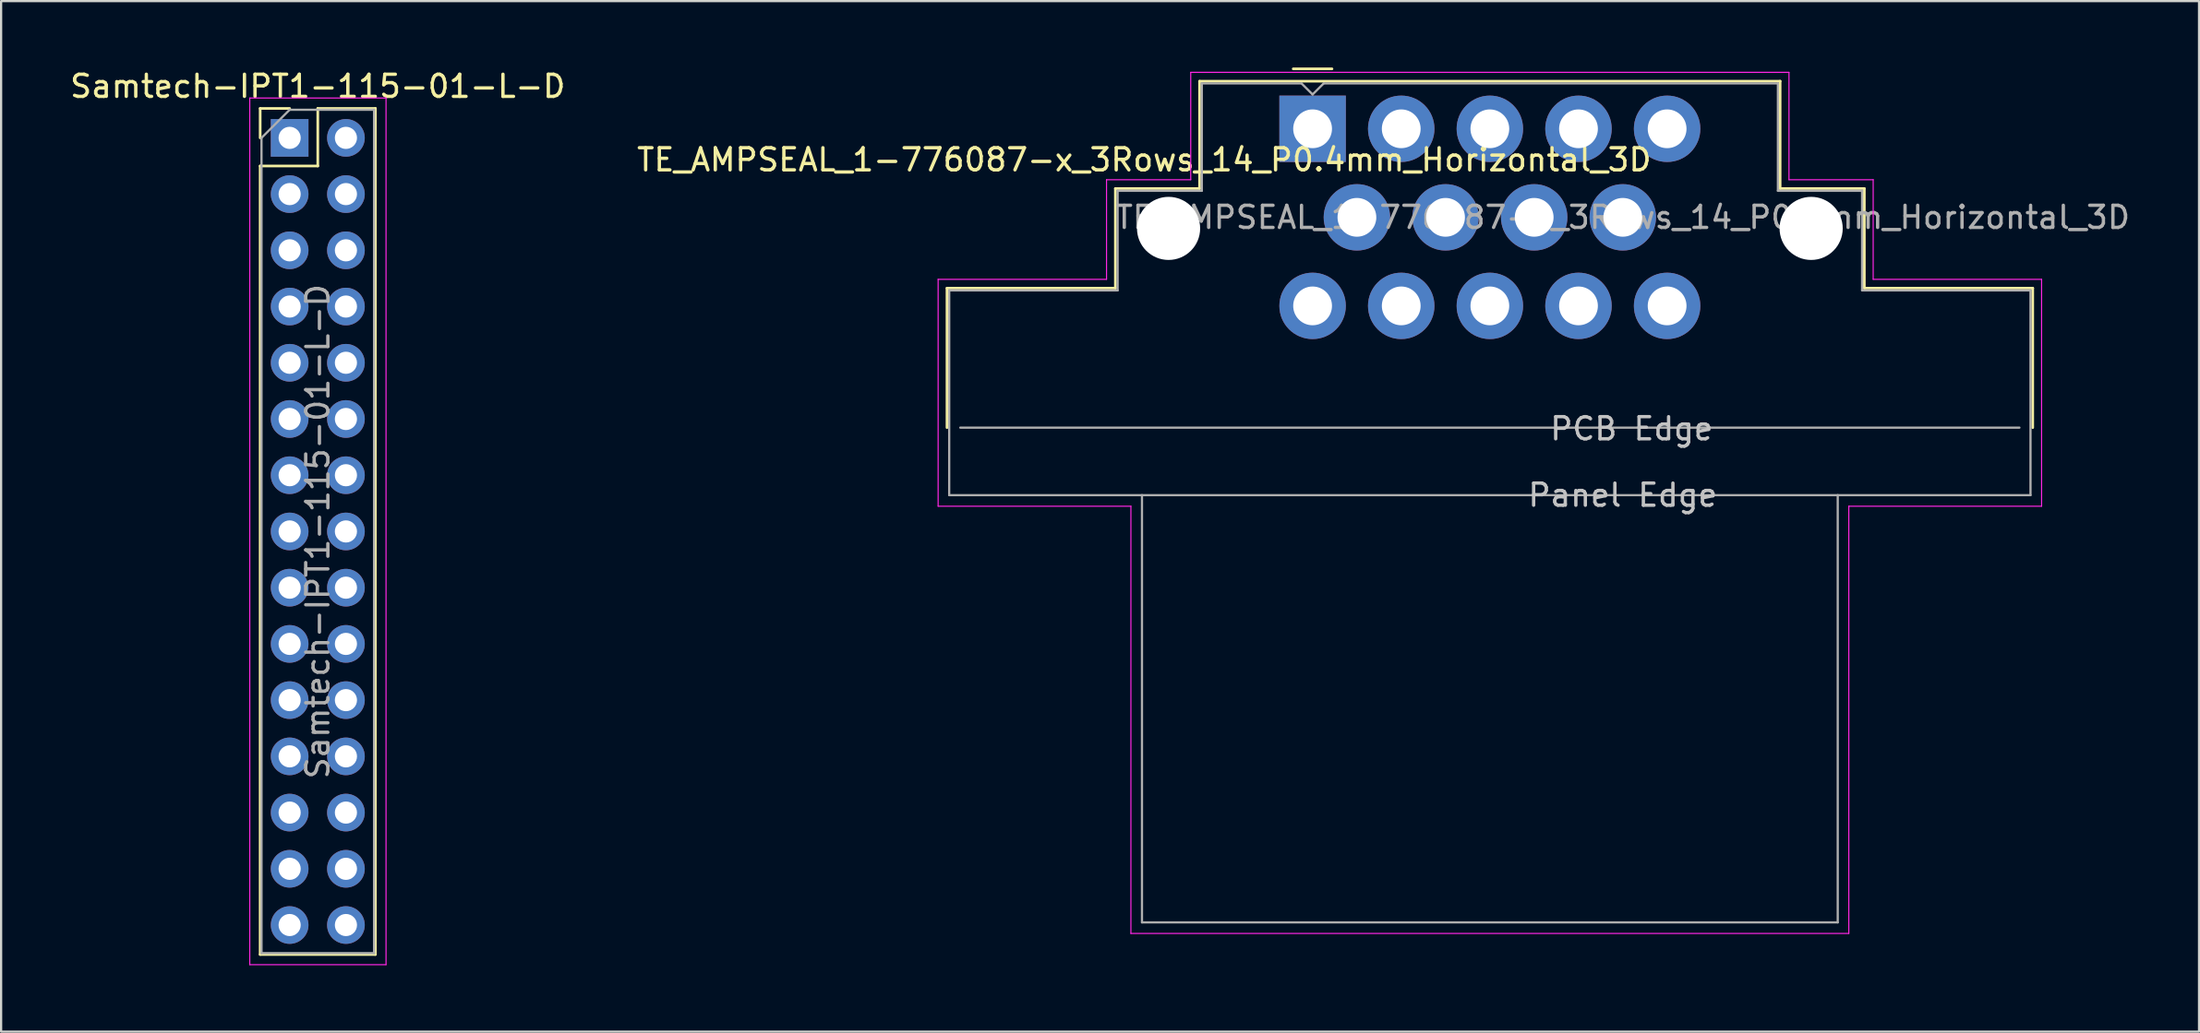
<source format=kicad_pcb>
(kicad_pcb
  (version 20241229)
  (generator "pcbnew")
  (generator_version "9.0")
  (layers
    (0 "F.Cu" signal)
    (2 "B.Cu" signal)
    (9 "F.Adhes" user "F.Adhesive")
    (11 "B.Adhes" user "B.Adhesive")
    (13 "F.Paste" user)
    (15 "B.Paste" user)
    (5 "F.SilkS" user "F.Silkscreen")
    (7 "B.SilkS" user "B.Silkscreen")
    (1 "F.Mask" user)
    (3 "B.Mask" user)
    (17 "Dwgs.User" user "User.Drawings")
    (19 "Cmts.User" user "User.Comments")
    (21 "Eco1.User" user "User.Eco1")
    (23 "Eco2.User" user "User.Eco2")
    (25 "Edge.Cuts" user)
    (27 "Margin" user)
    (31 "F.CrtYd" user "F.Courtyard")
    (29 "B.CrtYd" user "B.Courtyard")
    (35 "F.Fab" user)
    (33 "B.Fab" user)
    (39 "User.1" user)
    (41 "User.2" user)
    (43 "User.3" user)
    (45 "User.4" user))
  (footprint "Samtech-IPT1-115-01-L-D"
    (layer "F.Cu")
    (at 10.022 3.178)
    (property "Reference" "Samtech-IPT1-115-01-L-D" (at 1.27 -2.33 0) (layer "F.SilkS") (effects (font (size 1 1) (thickness 0.15))))
    (attr through_hole)
    (fp_line (start -1.33 -1.33) (end 0 -1.33) (stroke (width 0.12) (type solid)) (layer "F.SilkS"))
    (fp_line (start -1.33 0) (end -1.33 -1.33) (stroke (width 0.12) (type solid)) (layer "F.SilkS"))
    (fp_line (start -1.33 1.27) (end -1.33 36.89) (stroke (width 0.12) (type solid)) (layer "F.SilkS"))
    (fp_line (start -1.33 1.27) (end 1.27 1.27) (stroke (width 0.12) (type solid)) (layer "F.SilkS"))
    (fp_line (start -1.33 36.89) (end 3.87 36.89) (stroke (width 0.12) (type solid)) (layer "F.SilkS"))
    (fp_line (start 1.27 -1.33) (end 3.87 -1.33) (stroke (width 0.12) (type solid)) (layer "F.SilkS"))
    (fp_line (start 1.27 1.27) (end 1.27 -1.33) (stroke (width 0.12) (type solid)) (layer "F.SilkS"))
    (fp_line (start 3.87 -1.33) (end 3.87 36.89) (stroke (width 0.12) (type solid)) (layer "F.SilkS"))
    (fp_line (start -1.8 -1.8) (end -1.8 37.35) (stroke (width 0.05) (type solid)) (layer "F.CrtYd"))
    (fp_line (start -1.8 37.35) (end 4.35 37.35) (stroke (width 0.05) (type solid)) (layer "F.CrtYd"))
    (fp_line (start 4.35 -1.8) (end -1.8 -1.8) (stroke (width 0.05) (type solid)) (layer "F.CrtYd"))
    (fp_line (start 4.35 37.35) (end 4.35 -1.8) (stroke (width 0.05) (type solid)) (layer "F.CrtYd"))
    (fp_line (start -1.27 0) (end 0 -1.27) (stroke (width 0.1) (type solid)) (layer "F.Fab"))
    (fp_line (start -1.27 36.83) (end -1.27 0) (stroke (width 0.1) (type solid)) (layer "F.Fab"))
    (fp_line (start 0 -1.27) (end 3.81 -1.27) (stroke (width 0.1) (type solid)) (layer "F.Fab"))
    (fp_line (start 3.81 -1.27) (end 3.81 36.83) (stroke (width 0.1) (type solid)) (layer "F.Fab"))
    (fp_line (start 3.81 36.83) (end -1.27 36.83) (stroke (width 0.1) (type solid)) (layer "F.Fab"))
    (fp_text user "${REFERENCE}" (at 1.27 17.78 90) (layer "F.Fab") (effects (font (size 1 1) (thickness 0.15))))
    (pad "1" thru_hole rect (at 0 0) (size 1.7 1.7) (drill 1) (layers "*.Cu" "*.Mask"))
    (pad "2" thru_hole oval (at 2.54 0) (size 1.7 1.7) (drill 1) (layers "*.Cu" "*.Mask"))
    (pad "3" thru_hole oval (at 0 2.54) (size 1.7 1.7) (drill 1) (layers "*.Cu" "*.Mask"))
    (pad "4" thru_hole oval (at 2.54 2.54) (size 1.7 1.7) (drill 1) (layers "*.Cu" "*.Mask"))
    (pad "5" thru_hole oval (at 0 5.08) (size 1.7 1.7) (drill 1) (layers "*.Cu" "*.Mask"))
    (pad "6" thru_hole oval (at 2.54 5.08) (size 1.7 1.7) (drill 1) (layers "*.Cu" "*.Mask"))
    (pad "7" thru_hole oval (at 0 7.62) (size 1.7 1.7) (drill 1) (layers "*.Cu" "*.Mask"))
    (pad "8" thru_hole oval (at 2.54 7.62) (size 1.7 1.7) (drill 1) (layers "*.Cu" "*.Mask"))
    (pad "9" thru_hole oval (at 0 10.16) (size 1.7 1.7) (drill 1) (layers "*.Cu" "*.Mask"))
    (pad "10" thru_hole oval (at 2.54 10.16) (size 1.7 1.7) (drill 1) (layers "*.Cu" "*.Mask"))
    (pad "11" thru_hole oval (at 0 12.7) (size 1.7 1.7) (drill 1) (layers "*.Cu" "*.Mask"))
    (pad "12" thru_hole oval (at 2.54 12.7) (size 1.7 1.7) (drill 1) (layers "*.Cu" "*.Mask"))
    (pad "13" thru_hole oval (at 0 15.24) (size 1.7 1.7) (drill 1) (layers "*.Cu" "*.Mask"))
    (pad "14" thru_hole oval (at 2.54 15.24) (size 1.7 1.7) (drill 1) (layers "*.Cu" "*.Mask"))
    (pad "15" thru_hole oval (at 0 17.78) (size 1.7 1.7) (drill 1) (layers "*.Cu" "*.Mask"))
    (pad "16" thru_hole oval (at 2.54 17.78) (size 1.7 1.7) (drill 1) (layers "*.Cu" "*.Mask"))
    (pad "17" thru_hole oval (at 0 20.32) (size 1.7 1.7) (drill 1) (layers "*.Cu" "*.Mask"))
    (pad "18" thru_hole oval (at 2.54 20.32) (size 1.7 1.7) (drill 1) (layers "*.Cu" "*.Mask"))
    (pad "19" thru_hole oval (at 0 22.86) (size 1.7 1.7) (drill 1) (layers "*.Cu" "*.Mask"))
    (pad "20" thru_hole oval (at 2.54 22.86) (size 1.7 1.7) (drill 1) (layers "*.Cu" "*.Mask"))
    (pad "21" thru_hole oval (at 0 25.4) (size 1.7 1.7) (drill 1) (layers "*.Cu" "*.Mask"))
    (pad "22" thru_hole oval (at 2.54 25.4) (size 1.7 1.7) (drill 1) (layers "*.Cu" "*.Mask"))
    (pad "23" thru_hole oval (at 0 27.94) (size 1.7 1.7) (drill 1) (layers "*.Cu" "*.Mask"))
    (pad "24" thru_hole oval (at 2.54 27.94) (size 1.7 1.7) (drill 1) (layers "*.Cu" "*.Mask"))
    (pad "25" thru_hole oval (at 0 30.48) (size 1.7 1.7) (drill 1) (layers "*.Cu" "*.Mask"))
    (pad "26" thru_hole oval (at 2.54 30.48) (size 1.7 1.7) (drill 1) (layers "*.Cu" "*.Mask"))
    (pad "27" thru_hole oval (at 0 33.02) (size 1.7 1.7) (drill 1) (layers "*.Cu" "*.Mask"))
    (pad "28" thru_hole oval (at 2.54 33.02) (size 1.7 1.7) (drill 1) (layers "*.Cu" "*.Mask"))
    (pad "29" thru_hole oval (at 0 35.56) (size 1.7 1.7) (drill 1) (layers "*.Cu" "*.Mask"))
    (pad "30" thru_hole oval (at 2.54 35.56) (size 1.7 1.7) (drill 1) (layers "*.Cu" "*.Mask")))
  (footprint "TE_AMPSEAL_1-776087-x_3Rows_14_P0.4mm_Horizontal_3D"
    (layer "F.Cu")
    (at 70.189 6.768)
    (property "Reference" "TE_AMPSEAL_1-776087-x_3Rows_14_P0.4mm_Horizontal_3D" (at -21.6 -2.6 0) (layer "F.SilkS") (effects (font (size 1 1) (thickness 0.15))))
    (attr through_hole)
    (fp_line (start -30.5 3.2) (end -22.9 3.2) (stroke (width 0.12) (type solid)) (layer "F.SilkS"))
    (fp_line (start -30.5 9.5) (end -30.5 3.2) (stroke (width 0.12) (type solid)) (layer "F.SilkS"))
    (fp_line (start -22.9 -1.3) (end -19.1 -1.3) (stroke (width 0.12) (type solid)) (layer "F.SilkS"))
    (fp_line (start -22.9 3.2) (end -22.9 -1.3) (stroke (width 0.12) (type solid)) (layer "F.SilkS"))
    (fp_line (start -19.1 -6.15) (end 7.1 -6.15) (stroke (width 0.12) (type solid)) (layer "F.SilkS"))
    (fp_line (start -19.1 -1.3) (end -19.1 -6.15) (stroke (width 0.12) (type solid)) (layer "F.SilkS"))
    (fp_line (start -14.875 -6.708) (end -13.125 -6.708) (stroke (width 0.12) (type solid)) (layer "F.SilkS"))
    (fp_line (start 7.1 -6.15) (end 7.1 -1.3) (stroke (width 0.12) (type solid)) (layer "F.SilkS"))
    (fp_line (start 7.1 -1.3) (end 10.9 -1.3) (stroke (width 0.12) (type solid)) (layer "F.SilkS"))
    (fp_line (start 10.9 -1.3) (end 10.9 3.2) (stroke (width 0.12) (type solid)) (layer "F.SilkS"))
    (fp_line (start 10.9 3.2) (end 18.5 3.2) (stroke (width 0.12) (type solid)) (layer "F.SilkS"))
    (fp_line (start 18.5 3.2) (end 18.5 9.5) (stroke (width 0.12) (type solid)) (layer "F.SilkS"))
    (fp_line (start -30.9 2.8) (end -23.3 2.8) (stroke (width 0.05) (type solid)) (layer "F.CrtYd"))
    (fp_line (start -30.9 13.05) (end -30.9 2.8) (stroke (width 0.05) (type solid)) (layer "F.CrtYd"))
    (fp_line (start -30.9 13.05) (end -22.2 13.05) (stroke (width 0.05) (type solid)) (layer "F.CrtYd"))
    (fp_line (start -23.3 -1.7) (end -19.5 -1.7) (stroke (width 0.05) (type solid)) (layer "F.CrtYd"))
    (fp_line (start -23.3 2.8) (end -23.3 -1.7) (stroke (width 0.05) (type solid)) (layer "F.CrtYd"))
    (fp_line (start -22.2 13.05) (end -22.2 32.35) (stroke (width 0.05) (type solid)) (layer "F.CrtYd"))
    (fp_line (start -22.2 32.35) (end 10.2 32.35) (stroke (width 0.05) (type solid)) (layer "F.CrtYd"))
    (fp_line (start -19.5 -6.55) (end 7.5 -6.55) (stroke (width 0.05) (type solid)) (layer "F.CrtYd"))
    (fp_line (start -19.5 -1.7) (end -19.5 -6.55) (stroke (width 0.05) (type solid)) (layer "F.CrtYd"))
    (fp_line (start 7.5 -6.55) (end 7.5 -1.7) (stroke (width 0.05) (type solid)) (layer "F.CrtYd"))
    (fp_line (start 7.5 -1.7) (end 11.3 -1.7) (stroke (width 0.05) (type solid)) (layer "F.CrtYd"))
    (fp_line (start 10.2 13.05) (end 18.9 13.05) (stroke (width 0.05) (type solid)) (layer "F.CrtYd"))
    (fp_line (start 10.2 32.35) (end 10.2 13.05) (stroke (width 0.05) (type solid)) (layer "F.CrtYd"))
    (fp_line (start 11.3 -1.7) (end 11.3 2.8) (stroke (width 0.05) (type solid)) (layer "F.CrtYd"))
    (fp_line (start 11.3 2.8) (end 18.9 2.8) (stroke (width 0.05) (type solid)) (layer "F.CrtYd"))
    (fp_line (start 18.9 2.8) (end 18.9 13.05) (stroke (width 0.05) (type solid)) (layer "F.CrtYd"))
    (fp_line (start -30.4 12.55) (end -30.4 3.3) (stroke (width 0.1) (type solid)) (layer "F.Fab"))
    (fp_line (start -30.4 12.55) (end 18.4 12.55) (stroke (width 0.1) (type solid)) (layer "F.Fab"))
    (fp_line (start -29.9 9.5) (end 17.9 9.5) (stroke (width 0.1) (type solid)) (layer "F.Fab"))
    (fp_line (start -22.8 -1.2) (end -22.8 3.3) (stroke (width 0.1) (type solid)) (layer "F.Fab"))
    (fp_line (start -22.8 -1.2) (end -19 -1.2) (stroke (width 0.1) (type solid)) (layer "F.Fab"))
    (fp_line (start -22.8 3.3) (end -30.4 3.3) (stroke (width 0.1) (type solid)) (layer "F.Fab"))
    (fp_line (start -21.7 12.55) (end -21.7 31.85) (stroke (width 0.1) (type solid)) (layer "F.Fab"))
    (fp_line (start -21.7 31.85) (end 9.7 31.85) (stroke (width 0.1) (type solid)) (layer "F.Fab"))
    (fp_line (start -19 -6.05) (end -19 -1.2) (stroke (width 0.1) (type solid)) (layer "F.Fab"))
    (fp_line (start -14.5 -6.05) (end -19 -6.05) (stroke (width 0.1) (type solid)) (layer "F.Fab"))
    (fp_line (start -14 -5.55) (end -14.5 -6.05) (stroke (width 0.1) (type solid)) (layer "F.Fab"))
    (fp_line (start -14 -5.55) (end -13.5 -6.05) (stroke (width 0.1) (type solid)) (layer "F.Fab"))
    (fp_line (start -13.5 -6.05) (end 7 -6.05) (stroke (width 0.1) (type solid)) (layer "F.Fab"))
    (fp_line (start 7 -6.05) (end 7 -1.2) (stroke (width 0.1) (type solid)) (layer "F.Fab"))
    (fp_line (start 7 -1.2) (end 10.8 -1.2) (stroke (width 0.1) (type solid)) (layer "F.Fab"))
    (fp_line (start 9.7 31.85) (end 9.7 12.55) (stroke (width 0.1) (type solid)) (layer "F.Fab"))
    (fp_line (start 10.8 -1.2) (end 10.8 3.3) (stroke (width 0.1) (type solid)) (layer "F.Fab"))
    (fp_line (start 10.8 3.3) (end 18.4 3.3) (stroke (width 0.1) (type solid)) (layer "F.Fab"))
    (fp_line (start 18.4 3.3) (end 18.4 12.55) (stroke (width 0.1) (type solid)) (layer "F.Fab"))
    (fp_text user "Panel Edge" (at 0 12.55 0) (layer "Dwgs.User") (effects (font (size 1 1) (thickness 0.15))))
    (fp_text user "PCB Edge" (at 0.4 9.55 0) (layer "Dwgs.User") (effects (font (size 1 1) (thickness 0.15))))
    (fp_text user "${REFERENCE}" (at 0 0 0) (layer "F.Fab") (effects (font (size 1 1) (thickness 0.15))))
    (pad "" np_thru_hole circle (at -20.5 0.5) (size 2.85 2.85) (drill 2.85) (layers "*.Cu"))
    (pad "" np_thru_hole circle (at 8.5 0.5) (size 2.85 2.85) (drill 2.85) (layers "*.Cu"))
    (pad "1" thru_hole rect (at -14 -4) (size 3 3) (drill 1.75) (layers "*.Cu" "*.Mask"))
    (pad "2" thru_hole circle (at -10 -4) (size 3 3) (drill 1.75) (layers "*.Cu" "*.Mask"))
    (pad "3" thru_hole circle (at -6 -4) (size 3 3) (drill 1.75) (layers "*.Cu" "*.Mask"))
    (pad "4" thru_hole circle (at -2 -4) (size 3 3) (drill 1.75) (layers "*.Cu" "*.Mask"))
    (pad "5" thru_hole circle (at 2 -4) (size 3 3) (drill 1.75) (layers "*.Cu" "*.Mask"))
    (pad "6" thru_hole circle (at -12 0) (size 3 3) (drill 1.75) (layers "*.Cu" "*.Mask"))
    (pad "7" thru_hole circle (at -8 0) (size 3 3) (drill 1.75) (layers "*.Cu" "*.Mask"))
    (pad "8" thru_hole circle (at -4 0) (size 3 3) (drill 1.75) (layers "*.Cu" "*.Mask"))
    (pad "9" thru_hole circle (at 0 0) (size 3 3) (drill 1.75) (layers "*.Cu" "*.Mask"))
    (pad "10" thru_hole circle (at -14 4) (size 3 3) (drill 1.75) (layers "*.Cu" "*.Mask"))
    (pad "11" thru_hole circle (at -10 4) (size 3 3) (drill 1.75) (layers "*.Cu" "*.Mask"))
    (pad "12" thru_hole circle (at -6 4) (size 3 3) (drill 1.75) (layers "*.Cu" "*.Mask"))
    (pad "13" thru_hole circle (at -2 4) (size 3 3) (drill 1.75) (layers "*.Cu" "*.Mask"))
    (pad "14" thru_hole circle (at 2 4) (size 3 3) (drill 1.75) (layers "*.Cu" "*.Mask")))
  (gr_rect
    (start -3 -3)
    (end 96.195 43.553)
    (stroke (width 0.1) (type default))
    (fill no)
    (layer "Edge.Cuts")))
</source>
